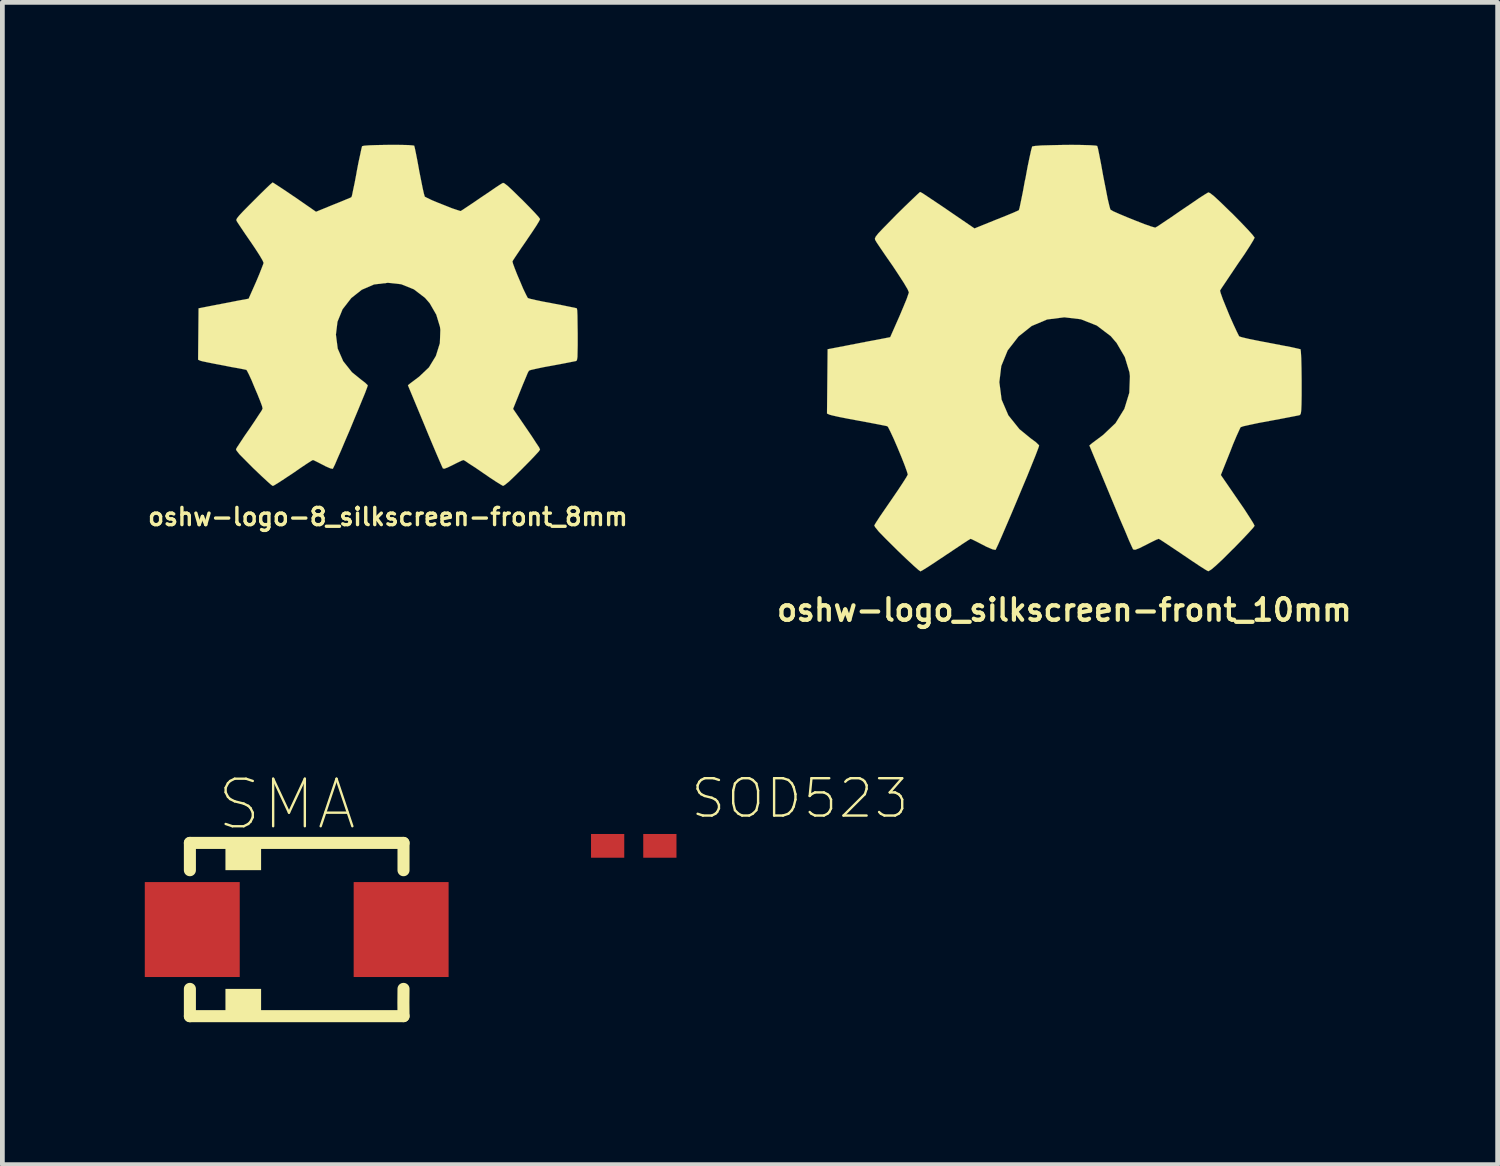
<source format=kicad_pcb>
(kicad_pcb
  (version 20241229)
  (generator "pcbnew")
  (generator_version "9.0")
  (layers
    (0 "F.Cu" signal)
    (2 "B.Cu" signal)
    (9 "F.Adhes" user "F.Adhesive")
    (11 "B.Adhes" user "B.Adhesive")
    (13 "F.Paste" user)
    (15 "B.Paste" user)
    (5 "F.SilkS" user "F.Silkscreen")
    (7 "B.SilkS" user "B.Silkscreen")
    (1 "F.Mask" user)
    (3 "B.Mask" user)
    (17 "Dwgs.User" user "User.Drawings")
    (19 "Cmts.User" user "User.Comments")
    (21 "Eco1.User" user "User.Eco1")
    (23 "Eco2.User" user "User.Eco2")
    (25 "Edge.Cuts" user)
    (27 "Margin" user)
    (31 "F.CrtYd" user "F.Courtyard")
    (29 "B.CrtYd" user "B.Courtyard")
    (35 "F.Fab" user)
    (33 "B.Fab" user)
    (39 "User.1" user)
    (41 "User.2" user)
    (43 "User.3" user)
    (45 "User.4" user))
  (footprint "oshw-logo_silkscreen-front_10mm"
    (layer "F.Cu")
    (at 19.37 4.495)
    (property "Reference" "oshw-logo_silkscreen-front_10mm" (at 0 5.304 0) (layer "F.SilkS") (effects (font (size 0.455 0.455) (thickness 0.089))))
    (attr through_hole)
    (fp_poly (pts (xy -3.03 4.491) (xy -2.979 4.463) (xy -2.86 4.389) (xy -2.695 4.28) (xy -2.497 4.148) (xy -2.299 4.016) (xy -2.136 3.907) (xy -2.022 3.833) (xy -1.974 3.805) (xy -1.948 3.815) (xy -1.854 3.861) (xy -1.717 3.932) (xy -1.638 3.973) (xy -1.514 4.026) (xy -1.45 4.039) (xy -1.44 4.021) (xy -1.394 3.924) (xy -1.323 3.762) (xy -1.229 3.543) (xy -1.12 3.289) (xy -1.006 3.018) (xy -0.889 2.738) (xy -0.777 2.471) (xy -0.681 2.233) (xy -0.602 2.037) (xy -0.551 1.902) (xy -0.531 1.844) (xy -0.536 1.831) (xy -0.599 1.77) (xy -0.709 1.689) (xy -0.945 1.496) (xy -1.179 1.204) (xy -1.321 0.874) (xy -1.369 0.505) (xy -1.328 0.165) (xy -1.194 -0.163) (xy -0.965 -0.457) (xy -0.688 -0.678) (xy -0.363 -0.815) (xy 0 -0.861) (xy 0.348 -0.82) (xy 0.683 -0.688) (xy 0.978 -0.465) (xy 1.102 -0.32) (xy 1.275 -0.023) (xy 1.372 0.297) (xy 1.382 0.378) (xy 1.369 0.729) (xy 1.265 1.067) (xy 1.079 1.369) (xy 0.82 1.615) (xy 0.79 1.638) (xy 0.671 1.727) (xy 0.589 1.788) (xy 0.528 1.839) (xy 0.975 2.916) (xy 1.046 3.086) (xy 1.168 3.381) (xy 1.278 3.635) (xy 1.361 3.835) (xy 1.422 3.97) (xy 1.448 4.026) (xy 1.45 4.028) (xy 1.491 4.036) (xy 1.572 4.006) (xy 1.722 3.932) (xy 1.821 3.881) (xy 1.935 3.825) (xy 1.989 3.805) (xy 2.032 3.83) (xy 2.141 3.901) (xy 2.301 4.008) (xy 2.494 4.138) (xy 2.677 4.262) (xy 2.845 4.374) (xy 2.969 4.453) (xy 3.028 4.486) (xy 3.038 4.486) (xy 3.091 4.455) (xy 3.188 4.374) (xy 3.335 4.237) (xy 3.541 4.031) (xy 3.574 4) (xy 3.744 3.825) (xy 3.881 3.68) (xy 3.975 3.576) (xy 4.008 3.531) (xy 3.978 3.472) (xy 3.901 3.35) (xy 3.79 3.178) (xy 3.653 2.979) (xy 3.297 2.461) (xy 3.493 1.971) (xy 3.551 1.821) (xy 3.627 1.641) (xy 3.686 1.511) (xy 3.713 1.455) (xy 3.767 1.435) (xy 3.901 1.405) (xy 4.094 1.364) (xy 4.326 1.321) (xy 4.547 1.28) (xy 4.745 1.242) (xy 4.889 1.214) (xy 4.953 1.201) (xy 4.968 1.191) (xy 4.983 1.161) (xy 4.991 1.092) (xy 4.996 0.973) (xy 4.999 0.782) (xy 4.999 0.505) (xy 4.999 0.475) (xy 4.996 0.213) (xy 4.991 0.003) (xy 4.983 -0.135) (xy 4.976 -0.188) (xy 4.973 -0.188) (xy 4.912 -0.203) (xy 4.773 -0.234) (xy 4.572 -0.272) (xy 4.336 -0.318) (xy 4.321 -0.32) (xy 4.084 -0.366) (xy 3.886 -0.406) (xy 3.747 -0.439) (xy 3.688 -0.457) (xy 3.675 -0.475) (xy 3.63 -0.566) (xy 3.561 -0.714) (xy 3.482 -0.892) (xy 3.406 -1.077) (xy 3.338 -1.245) (xy 3.294 -1.369) (xy 3.279 -1.425) (xy 3.282 -1.427) (xy 3.317 -1.483) (xy 3.399 -1.605) (xy 3.513 -1.775) (xy 3.65 -1.979) (xy 3.66 -1.994) (xy 3.797 -2.192) (xy 3.907 -2.362) (xy 3.98 -2.482) (xy 4.008 -2.537) (xy 4.008 -2.54) (xy 3.962 -2.601) (xy 3.861 -2.713) (xy 3.716 -2.865) (xy 3.541 -3.043) (xy 3.485 -3.096) (xy 3.289 -3.287) (xy 3.155 -3.411) (xy 3.071 -3.477) (xy 3.03 -3.493) (xy 3.03 -3.49) (xy 2.969 -3.454) (xy 2.842 -3.373) (xy 2.672 -3.256) (xy 2.469 -3.119) (xy 2.454 -3.109) (xy 2.256 -2.972) (xy 2.088 -2.86) (xy 1.971 -2.781) (xy 1.918 -2.751) (xy 1.91 -2.751) (xy 1.829 -2.774) (xy 1.687 -2.824) (xy 1.511 -2.893) (xy 1.326 -2.967) (xy 1.158 -3.038) (xy 1.031 -3.094) (xy 0.973 -3.129) (xy 0.97 -3.132) (xy 0.95 -3.203) (xy 0.914 -3.353) (xy 0.874 -3.559) (xy 0.826 -3.802) (xy 0.818 -3.843) (xy 0.775 -4.082) (xy 0.737 -4.277) (xy 0.709 -4.415) (xy 0.693 -4.47) (xy 0.66 -4.478) (xy 0.544 -4.486) (xy 0.366 -4.491) (xy 0.15 -4.493) (xy -0.076 -4.491) (xy -0.297 -4.486) (xy -0.485 -4.481) (xy -0.62 -4.47) (xy -0.676 -4.46) (xy -0.678 -4.455) (xy -0.699 -4.381) (xy -0.732 -4.232) (xy -0.775 -4.026) (xy -0.82 -3.78) (xy -0.831 -3.736) (xy -0.874 -3.5) (xy -0.914 -3.305) (xy -0.942 -3.17) (xy -0.958 -3.117) (xy -0.98 -3.106) (xy -1.077 -3.063) (xy -1.237 -2.997) (xy -1.435 -2.918) (xy -1.892 -2.733) (xy -2.454 -3.117) (xy -2.504 -3.152) (xy -2.708 -3.289) (xy -2.873 -3.399) (xy -2.987 -3.475) (xy -3.035 -3.5) (xy -3.04 -3.5) (xy -3.096 -3.449) (xy -3.205 -3.345) (xy -3.358 -3.198) (xy -3.536 -3.023) (xy -3.665 -2.891) (xy -3.82 -2.733) (xy -3.919 -2.629) (xy -3.973 -2.56) (xy -3.99 -2.52) (xy -3.985 -2.492) (xy -3.95 -2.433) (xy -3.868 -2.311) (xy -3.752 -2.141) (xy -3.614 -1.943) (xy -3.503 -1.775) (xy -3.381 -1.587) (xy -3.302 -1.453) (xy -3.274 -1.387) (xy -3.282 -1.361) (xy -3.32 -1.25) (xy -3.388 -1.085) (xy -3.472 -0.886) (xy -3.668 -0.442) (xy -3.957 -0.386) (xy -4.135 -0.353) (xy -4.381 -0.305) (xy -4.618 -0.259) (xy -4.986 -0.188) (xy -4.999 1.166) (xy -4.943 1.191) (xy -4.887 1.206) (xy -4.75 1.237) (xy -4.557 1.275) (xy -4.326 1.318) (xy -4.13 1.354) (xy -3.932 1.392) (xy -3.79 1.42) (xy -3.729 1.433) (xy -3.711 1.455) (xy -3.663 1.549) (xy -3.592 1.702) (xy -3.513 1.885) (xy -3.434 2.075) (xy -3.365 2.25) (xy -3.317 2.383) (xy -3.297 2.451) (xy -3.325 2.504) (xy -3.399 2.621) (xy -3.508 2.786) (xy -3.642 2.982) (xy -3.777 3.178) (xy -3.891 3.345) (xy -3.97 3.467) (xy -4.003 3.523) (xy -3.985 3.559) (xy -3.907 3.655) (xy -3.759 3.807) (xy -3.538 4.026) (xy -3.503 4.061) (xy -3.327 4.229) (xy -3.18 4.366) (xy -3.076 4.458) (xy -3.03 4.491)) (stroke (width 0.003) (type solid)) (fill yes) (layer "F.SilkS")))
  (footprint "SOD523"
    (layer "F.Cu")
    (at 10.3 14.768)
    (property "Reference" "SOD523" (at 3.5 -1 0) (layer "F.SilkS") (effects (font (size 0.787 0.787) (thickness 0.05))))
    (attr smd)
    (fp_line (start -0.6 -0.4) (end -0.6 0.4) (stroke (width 0.127) (type solid)) (layer "Eco2.User"))
    (fp_line (start -0.6 -0.4) (end 0.6 -0.4) (stroke (width 0.127) (type solid)) (layer "Eco2.User"))
    (fp_line (start -0.2 -0.2) (end -0.2 0.2) (stroke (width 0.127) (type solid)) (layer "Eco2.User"))
    (fp_line (start -0.2 0.2) (end 0.2 0) (stroke (width 0.127) (type solid)) (layer "Eco2.User"))
    (fp_line (start 0.2 -0.2) (end 0.2 0) (stroke (width 0.127) (type solid)) (layer "Eco2.User"))
    (fp_line (start 0.2 0) (end -0.2 -0.2) (stroke (width 0.127) (type solid)) (layer "Eco2.User"))
    (fp_line (start 0.2 0) (end 0.2 0.2) (stroke (width 0.127) (type solid)) (layer "Eco2.User"))
    (fp_line (start 0.6 -0.4) (end 0.6 0.4) (stroke (width 0.127) (type solid)) (layer "Eco2.User"))
    (fp_line (start 0.6 0.4) (end -0.6 0.4) (stroke (width 0.127) (type solid)) (layer "Eco2.User"))
    (fp_poly (pts (xy -0.8 -0.15) (xy -0.6 -0.15) (xy -0.6 0.15) (xy -0.8 0.15)) (stroke (width 0.1) (type solid)) (fill no) (layer "Eco2.User"))
    (fp_poly (pts (xy 0.601 -0.15) (xy 0.8 -0.15) (xy 0.8 0.15) (xy 0.601 0.15)) (stroke (width 0.1) (type solid)) (fill no) (layer "Eco2.User"))
    (pad "1" smd rect (at 0.55 0) (size 0.7 0.5) (layers "F.Cu" "F.Mask" "F.Paste"))
    (pad "2" smd rect (at -0.55 0) (size 0.7 0.5) (layers "F.Cu" "F.Mask" "F.Paste")))
  (footprint "oshw-logo-8_silkscreen-front_8mm"
    (layer "F.Cu")
    (at 5.121 3.595)
    (property "Reference" "oshw-logo-8_silkscreen-front_8mm" (at 0 4.242 0) (layer "F.SilkS") (effects (font (size 0.363 0.363) (thickness 0.071))))
    (attr through_hole)
    (fp_poly (pts (xy -2.423 3.592) (xy -2.383 3.571) (xy -2.289 3.513) (xy -2.154 3.424) (xy -1.996 3.32) (xy -1.839 3.211) (xy -1.709 3.124) (xy -1.618 3.066) (xy -1.58 3.045) (xy -1.56 3.051) (xy -1.483 3.089) (xy -1.374 3.145) (xy -1.311 3.178) (xy -1.212 3.221) (xy -1.161 3.231) (xy -1.153 3.216) (xy -1.115 3.139) (xy -1.059 3.007) (xy -0.983 2.835) (xy -0.897 2.631) (xy -0.803 2.413) (xy -0.711 2.189) (xy -0.622 1.976) (xy -0.544 1.786) (xy -0.48 1.631) (xy -0.439 1.521) (xy -0.424 1.476) (xy -0.429 1.466) (xy -0.48 1.417) (xy -0.566 1.351) (xy -0.757 1.196) (xy -0.942 0.963) (xy -1.057 0.699) (xy -1.095 0.404) (xy -1.062 0.132) (xy -0.955 -0.13) (xy -0.772 -0.366) (xy -0.551 -0.541) (xy -0.292 -0.653) (xy 0 -0.688) (xy 0.279 -0.658) (xy 0.546 -0.551) (xy 0.782 -0.371) (xy 0.881 -0.257) (xy 1.019 -0.018) (xy 1.097 0.239) (xy 1.105 0.302) (xy 1.095 0.584) (xy 1.011 0.853) (xy 0.864 1.095) (xy 0.658 1.29) (xy 0.63 1.311) (xy 0.536 1.382) (xy 0.472 1.43) (xy 0.422 1.471) (xy 0.78 2.332) (xy 0.836 2.469) (xy 0.935 2.705) (xy 1.021 2.908) (xy 1.09 3.068) (xy 1.138 3.178) (xy 1.158 3.221) (xy 1.161 3.223) (xy 1.191 3.228) (xy 1.257 3.203) (xy 1.377 3.145) (xy 1.458 3.104) (xy 1.549 3.061) (xy 1.59 3.045) (xy 1.626 3.063) (xy 1.712 3.122) (xy 1.841 3.205) (xy 1.994 3.31) (xy 2.141 3.411) (xy 2.276 3.5) (xy 2.375 3.561) (xy 2.423 3.589) (xy 2.431 3.589) (xy 2.471 3.564) (xy 2.55 3.5) (xy 2.667 3.388) (xy 2.832 3.226) (xy 2.857 3.2) (xy 2.995 3.061) (xy 3.106 2.944) (xy 3.18 2.863) (xy 3.205 2.824) (xy 3.183 2.776) (xy 3.119 2.68) (xy 3.03 2.543) (xy 2.921 2.383) (xy 2.637 1.968) (xy 2.794 1.577) (xy 2.842 1.458) (xy 2.903 1.313) (xy 2.946 1.209) (xy 2.972 1.163) (xy 3.012 1.148) (xy 3.122 1.123) (xy 3.277 1.09) (xy 3.459 1.057) (xy 3.637 1.024) (xy 3.797 0.993) (xy 3.912 0.97) (xy 3.962 0.96) (xy 3.975 0.953) (xy 3.985 0.927) (xy 3.993 0.874) (xy 3.995 0.777) (xy 3.998 0.625) (xy 3.998 0.404) (xy 3.998 0.381) (xy 3.995 0.17) (xy 3.993 0.003) (xy 3.988 -0.107) (xy 3.98 -0.15) (xy 3.929 -0.163) (xy 3.818 -0.185) (xy 3.658 -0.218) (xy 3.467 -0.254) (xy 3.457 -0.257) (xy 3.266 -0.292) (xy 3.109 -0.325) (xy 2.997 -0.351) (xy 2.951 -0.366) (xy 2.941 -0.378) (xy 2.903 -0.452) (xy 2.847 -0.569) (xy 2.786 -0.714) (xy 2.723 -0.861) (xy 2.67 -0.996) (xy 2.634 -1.095) (xy 2.624 -1.14) (xy 2.652 -1.186) (xy 2.718 -1.285) (xy 2.809 -1.42) (xy 2.921 -1.582) (xy 2.929 -1.595) (xy 3.038 -1.755) (xy 3.127 -1.89) (xy 3.185 -1.986) (xy 3.205 -2.029) (xy 3.205 -2.032) (xy 3.17 -2.08) (xy 3.089 -2.169) (xy 2.972 -2.291) (xy 2.832 -2.433) (xy 2.786 -2.477) (xy 2.631 -2.629) (xy 2.525 -2.728) (xy 2.456 -2.781) (xy 2.423 -2.794) (xy 2.423 -2.791) (xy 2.375 -2.764) (xy 2.273 -2.697) (xy 2.136 -2.603) (xy 1.974 -2.494) (xy 1.963 -2.487) (xy 1.803 -2.377) (xy 1.671 -2.289) (xy 1.575 -2.225) (xy 1.534 -2.2) (xy 1.527 -2.2) (xy 1.463 -2.22) (xy 1.349 -2.258) (xy 1.209 -2.314) (xy 1.062 -2.372) (xy 0.927 -2.428) (xy 0.826 -2.477) (xy 0.777 -2.502) (xy 0.777 -2.504) (xy 0.759 -2.563) (xy 0.732 -2.682) (xy 0.699 -2.847) (xy 0.66 -3.043) (xy 0.655 -3.073) (xy 0.62 -3.264) (xy 0.589 -3.421) (xy 0.566 -3.531) (xy 0.554 -3.576) (xy 0.528 -3.581) (xy 0.434 -3.589) (xy 0.292 -3.592) (xy 0.119 -3.594) (xy -0.061 -3.592) (xy -0.236 -3.589) (xy -0.389 -3.584) (xy -0.495 -3.576) (xy -0.541 -3.566) (xy -0.544 -3.564) (xy -0.559 -3.505) (xy -0.584 -3.386) (xy -0.62 -3.221) (xy -0.658 -3.023) (xy -0.663 -2.99) (xy -0.699 -2.799) (xy -0.732 -2.644) (xy -0.754 -2.535) (xy -0.767 -2.494) (xy -0.782 -2.484) (xy -0.861 -2.451) (xy -0.988 -2.398) (xy -1.148 -2.334) (xy -1.514 -2.184) (xy -1.961 -2.494) (xy -2.004 -2.522) (xy -2.164 -2.631) (xy -2.299 -2.72) (xy -2.39 -2.779) (xy -2.428 -2.802) (xy -2.431 -2.799) (xy -2.477 -2.761) (xy -2.565 -2.677) (xy -2.687 -2.558) (xy -2.827 -2.418) (xy -2.931 -2.314) (xy -3.056 -2.187) (xy -3.134 -2.103) (xy -3.178 -2.047) (xy -3.193 -2.014) (xy -3.188 -1.994) (xy -3.16 -1.948) (xy -3.094 -1.849) (xy -3.002 -1.712) (xy -2.893 -1.554) (xy -2.802 -1.42) (xy -2.705 -1.27) (xy -2.642 -1.163) (xy -2.619 -1.11) (xy -2.624 -1.087) (xy -2.657 -1.001) (xy -2.71 -0.866) (xy -2.776 -0.709) (xy -2.934 -0.353) (xy -3.167 -0.31) (xy -3.307 -0.282) (xy -3.505 -0.244) (xy -3.693 -0.208) (xy -3.988 -0.15) (xy -3.998 0.932) (xy -3.952 0.953) (xy -3.909 0.965) (xy -3.8 0.988) (xy -3.645 1.019) (xy -3.459 1.054) (xy -3.305 1.085) (xy -3.145 1.113) (xy -3.033 1.135) (xy -2.982 1.146) (xy -2.969 1.163) (xy -2.929 1.24) (xy -2.873 1.361) (xy -2.812 1.509) (xy -2.748 1.659) (xy -2.692 1.798) (xy -2.652 1.905) (xy -2.639 1.961) (xy -2.659 2.004) (xy -2.72 2.095) (xy -2.807 2.228) (xy -2.913 2.385) (xy -3.023 2.543) (xy -3.111 2.677) (xy -3.175 2.774) (xy -3.2 2.817) (xy -3.188 2.847) (xy -3.127 2.924) (xy -3.007 3.045) (xy -2.832 3.221) (xy -2.802 3.249) (xy -2.662 3.383) (xy -2.543 3.493) (xy -2.461 3.566) (xy -2.423 3.592)) (stroke (width 0.003) (type solid)) (fill yes) (layer "F.SilkS")))
  (footprint "SMA"
    (layer "F.Cu")
    (at 3.2 16.531)
    (property "Reference" "SMA" (at -0.21 -2.637 0) (layer "F.SilkS") (effects (font (size 1.001 1.001) (thickness 0.05))))
    (attr smd)
    (fp_line (start -2.25 -1.825) (end -2.25 -1.25) (stroke (width 0.254) (type solid)) (layer "F.SilkS"))
    (fp_line (start -2.25 -1.825) (end 2.25 -1.825) (stroke (width 0.254) (type solid)) (layer "F.SilkS"))
    (fp_line (start -2.25 1.825) (end -2.25 1.25) (stroke (width 0.254) (type solid)) (layer "F.SilkS"))
    (fp_line (start 2.25 -1.825) (end 2.25 -1.25) (stroke (width 0.254) (type solid)) (layer "F.SilkS"))
    (fp_line (start 2.25 1.825) (end -2.25 1.825) (stroke (width 0.254) (type solid)) (layer "F.SilkS"))
    (fp_arc (start 2.249978 1.82367) (mid 2.247611 1.536835) (end 2.25 1.25) (stroke (width 0.254) (type solid)) (layer "F.SilkS"))
    (fp_poly (pts (xy -1.501 -1.75) (xy -0.75 -1.75) (xy -0.75 -1.251) (xy -1.501 -1.251)) (stroke (width 0) (type solid)) (fill yes) (layer "F.SilkS"))
    (fp_poly (pts (xy -1.501 1.25) (xy -0.75 1.25) (xy -0.75 1.751) (xy -1.501 1.751)) (stroke (width 0) (type solid)) (fill yes) (layer "F.SilkS"))
    (fp_line (start -2.25 1.25) (end -2.25 -1.25) (stroke (width 0.254) (type solid)) (layer "Eco2.User"))
    (fp_line (start 2.25 -1.25) (end 2.25 1.25) (stroke (width 0.254) (type solid)) (layer "Eco2.User"))
    (fp_poly (pts (xy -2.803 -0.8) (xy -2.38 -0.8) (xy -2.38 0.801) (xy -2.803 0.801)) (stroke (width 0.1) (type solid)) (fill no) (layer "Eco2.User"))
    (fp_poly (pts (xy -1.501 -1.75) (xy -0.75 -1.75) (xy -0.75 1.752) (xy -1.501 1.752)) (stroke (width 0.1) (type solid)) (fill no) (layer "Eco2.User"))
    (fp_poly (pts (xy 2.383 -0.8) (xy 2.8 -0.8) (xy 2.8 0.826) (xy 2.383 0.826)) (stroke (width 0.1) (type solid)) (fill no) (layer "Eco2.User"))
    (pad "A" smd rect (at 2.2 0) (size 2 2) (layers "F.Cu" "F.Mask" "F.Paste"))
    (pad "C" smd rect (at -2.2 0) (size 2 2) (layers "F.Cu" "F.Mask" "F.Paste")))
  (gr_rect
    (start -3 -3)
    (end 28.498 21.483)
    (stroke (width 0.1) (type default))
    (fill no)
    (layer "Edge.Cuts")))
</source>
